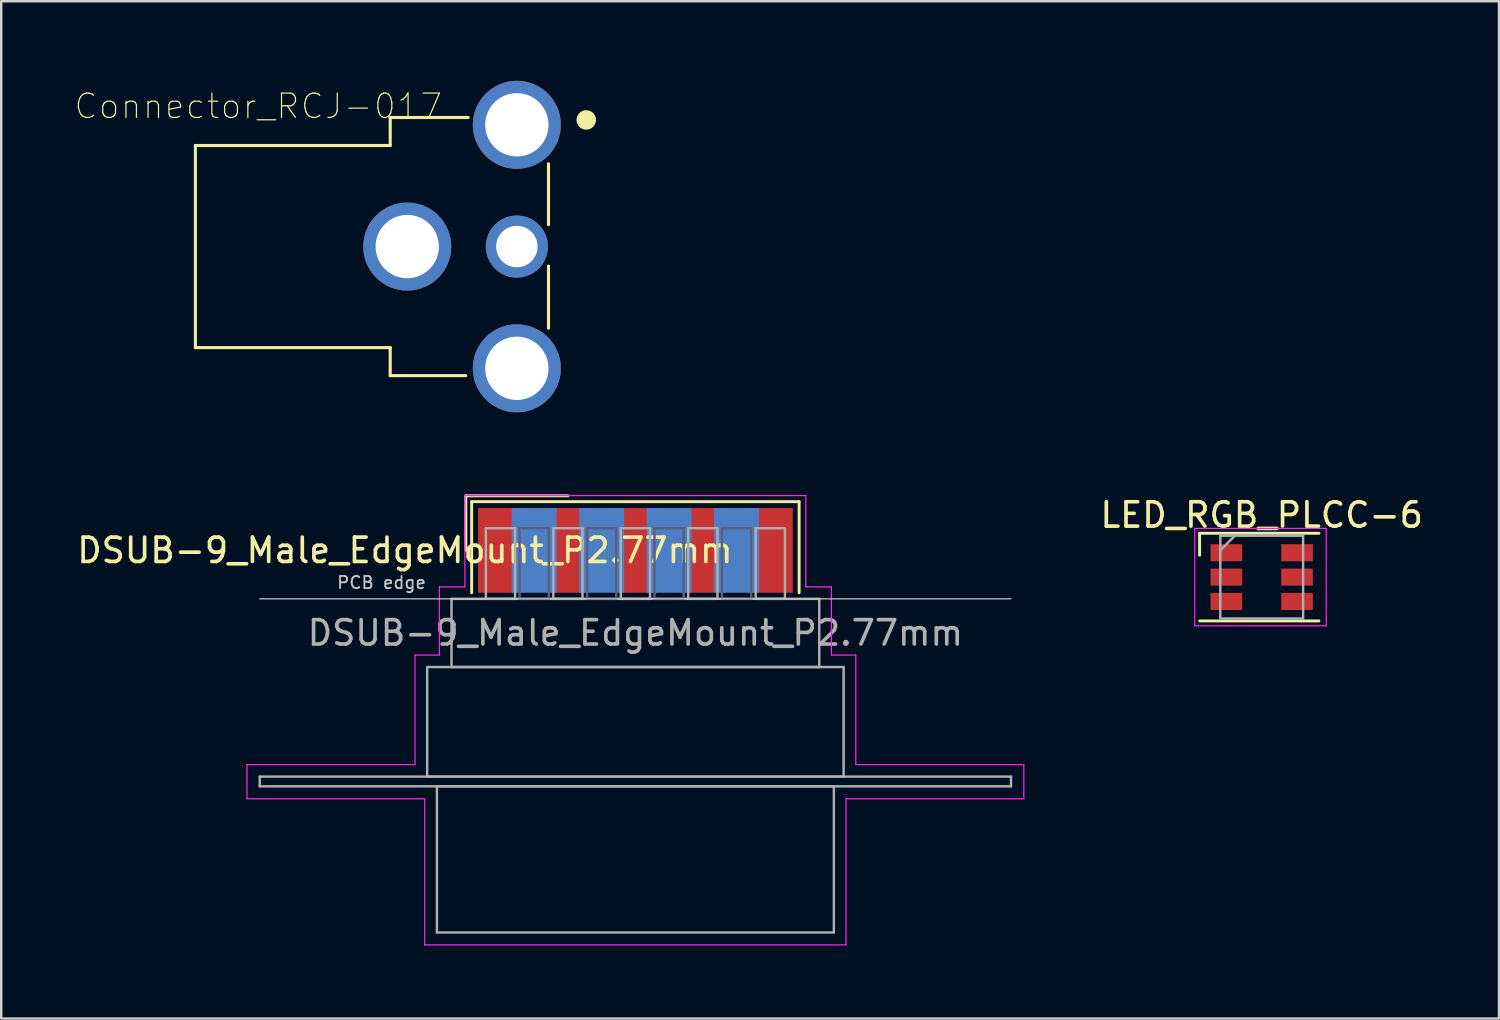
<source format=kicad_pcb>
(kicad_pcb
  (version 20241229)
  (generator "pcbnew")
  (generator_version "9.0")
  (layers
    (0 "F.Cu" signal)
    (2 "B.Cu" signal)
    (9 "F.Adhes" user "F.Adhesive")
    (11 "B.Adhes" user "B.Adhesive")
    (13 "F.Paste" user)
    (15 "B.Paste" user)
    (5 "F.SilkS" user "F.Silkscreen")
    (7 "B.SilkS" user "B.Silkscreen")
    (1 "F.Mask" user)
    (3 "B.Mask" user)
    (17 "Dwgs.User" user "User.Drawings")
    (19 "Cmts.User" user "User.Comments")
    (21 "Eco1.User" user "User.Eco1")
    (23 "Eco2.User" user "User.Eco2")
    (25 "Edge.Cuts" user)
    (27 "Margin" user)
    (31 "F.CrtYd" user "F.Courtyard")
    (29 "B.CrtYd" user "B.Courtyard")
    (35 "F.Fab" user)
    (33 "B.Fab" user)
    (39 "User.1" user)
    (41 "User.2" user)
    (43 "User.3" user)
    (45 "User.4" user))
  (footprint "DSUB-9_Male_EdgeMount_P2.77mm"
    (layer "F.Cu")
    (at 23.041 19.55)
    (property "Reference" "DSUB-9_Male_EdgeMount_P2.77mm" (at -9.463 0 0) (layer "F.SilkS") (effects (font (size 1 1) (thickness 0.15))))
    (attr smd)
    (fp_line (start -6.963 -2.24) (end -2.77 -2.24) (stroke (width 0.12) (type solid)) (layer "F.SilkS"))
    (fp_line (start -6.963 0) (end -6.963 -2.24) (stroke (width 0.12) (type solid)) (layer "F.SilkS"))
    (fp_line (start -6.723 -2) (end -6.723 1.74) (stroke (width 0.12) (type solid)) (layer "F.SilkS"))
    (fp_line (start 6.723 -2) (end -6.723 -2) (stroke (width 0.12) (type solid)) (layer "F.SilkS"))
    (fp_line (start 6.723 1.74) (end 6.723 -2) (stroke (width 0.12) (type solid)) (layer "F.SilkS"))
    (fp_line (start -15.425 1.99) (end 15.425 1.99) (stroke (width 0.05) (type solid)) (layer "Dwgs.User"))
    (fp_line (start -15.95 8.8) (end -9.05 8.8) (stroke (width 0.05) (type solid)) (layer "F.CrtYd"))
    (fp_line (start -15.95 10.2) (end -15.95 8.8) (stroke (width 0.05) (type solid)) (layer "F.CrtYd"))
    (fp_line (start -9.05 4.3) (end -8.05 4.3) (stroke (width 0.05) (type solid)) (layer "F.CrtYd"))
    (fp_line (start -9.05 8.8) (end -9.05 4.3) (stroke (width 0.05) (type solid)) (layer "F.CrtYd"))
    (fp_line (start -8.65 10.2) (end -15.95 10.2) (stroke (width 0.05) (type solid)) (layer "F.CrtYd"))
    (fp_line (start -8.65 16.2) (end -8.65 10.2) (stroke (width 0.05) (type solid)) (layer "F.CrtYd"))
    (fp_line (start -8.05 1.5) (end -7 1.5) (stroke (width 0.05) (type solid)) (layer "F.CrtYd"))
    (fp_line (start -8.05 4.3) (end -8.05 1.5) (stroke (width 0.05) (type solid)) (layer "F.CrtYd"))
    (fp_line (start -7 -2.25) (end 7 -2.25) (stroke (width 0.05) (type solid)) (layer "F.CrtYd"))
    (fp_line (start -7 1.5) (end -7 -2.25) (stroke (width 0.05) (type solid)) (layer "F.CrtYd"))
    (fp_line (start 7 -2.25) (end 7 1.5) (stroke (width 0.05) (type solid)) (layer "F.CrtYd"))
    (fp_line (start 7 1.5) (end 8.05 1.5) (stroke (width 0.05) (type solid)) (layer "F.CrtYd"))
    (fp_line (start 8.05 1.5) (end 8.05 4.3) (stroke (width 0.05) (type solid)) (layer "F.CrtYd"))
    (fp_line (start 8.05 4.3) (end 9.05 4.3) (stroke (width 0.05) (type solid)) (layer "F.CrtYd"))
    (fp_line (start 8.65 10.2) (end 8.65 16.2) (stroke (width 0.05) (type solid)) (layer "F.CrtYd"))
    (fp_line (start 8.65 16.2) (end -8.65 16.2) (stroke (width 0.05) (type solid)) (layer "F.CrtYd"))
    (fp_line (start 9.05 4.3) (end 9.05 8.8) (stroke (width 0.05) (type solid)) (layer "F.CrtYd"))
    (fp_line (start 9.05 8.8) (end 15.95 8.8) (stroke (width 0.05) (type solid)) (layer "F.CrtYd"))
    (fp_line (start 15.95 8.8) (end 15.95 10.2) (stroke (width 0.05) (type solid)) (layer "F.CrtYd"))
    (fp_line (start 15.95 10.2) (end 8.65 10.2) (stroke (width 0.05) (type solid)) (layer "F.CrtYd"))
    (fp_line (start -4.755 -0.91) (end -4.755 1.99) (stroke (width 0.1) (type solid)) (layer "B.Fab"))
    (fp_line (start -4.755 1.99) (end -3.555 1.99) (stroke (width 0.1) (type solid)) (layer "B.Fab"))
    (fp_line (start -3.555 -0.91) (end -4.755 -0.91) (stroke (width 0.1) (type solid)) (layer "B.Fab"))
    (fp_line (start -3.555 1.99) (end -3.555 -0.91) (stroke (width 0.1) (type solid)) (layer "B.Fab"))
    (fp_line (start -1.985 -0.91) (end -1.985 1.99) (stroke (width 0.1) (type solid)) (layer "B.Fab"))
    (fp_line (start -1.985 1.99) (end -0.785 1.99) (stroke (width 0.1) (type solid)) (layer "B.Fab"))
    (fp_line (start -0.785 -0.91) (end -1.985 -0.91) (stroke (width 0.1) (type solid)) (layer "B.Fab"))
    (fp_line (start -0.785 1.99) (end -0.785 -0.91) (stroke (width 0.1) (type solid)) (layer "B.Fab"))
    (fp_line (start 0.785 -0.91) (end 0.785 1.99) (stroke (width 0.1) (type solid)) (layer "B.Fab"))
    (fp_line (start 0.785 1.99) (end 1.985 1.99) (stroke (width 0.1) (type solid)) (layer "B.Fab"))
    (fp_line (start 1.985 -0.91) (end 0.785 -0.91) (stroke (width 0.1) (type solid)) (layer "B.Fab"))
    (fp_line (start 1.985 1.99) (end 1.985 -0.91) (stroke (width 0.1) (type solid)) (layer "B.Fab"))
    (fp_line (start 3.555 -0.91) (end 3.555 1.99) (stroke (width 0.1) (type solid)) (layer "B.Fab"))
    (fp_line (start 3.555 1.99) (end 4.755 1.99) (stroke (width 0.1) (type solid)) (layer "B.Fab"))
    (fp_line (start 4.755 -0.91) (end 3.555 -0.91) (stroke (width 0.1) (type solid)) (layer "B.Fab"))
    (fp_line (start 4.755 1.99) (end 4.755 -0.91) (stroke (width 0.1) (type solid)) (layer "B.Fab"))
    (fp_line (start -15.425 9.29) (end -15.425 9.69) (stroke (width 0.1) (type solid)) (layer "F.Fab"))
    (fp_line (start -15.425 9.69) (end 15.425 9.69) (stroke (width 0.1) (type solid)) (layer "F.Fab"))
    (fp_line (start -8.55 4.79) (end -8.55 9.29) (stroke (width 0.1) (type solid)) (layer "F.Fab"))
    (fp_line (start -8.55 9.29) (end 8.55 9.29) (stroke (width 0.1) (type solid)) (layer "F.Fab"))
    (fp_line (start -8.15 9.69) (end -8.15 15.69) (stroke (width 0.1) (type solid)) (layer "F.Fab"))
    (fp_line (start -8.15 15.69) (end 8.15 15.69) (stroke (width 0.1) (type solid)) (layer "F.Fab"))
    (fp_line (start -7.55 1.99) (end -7.55 4.79) (stroke (width 0.1) (type solid)) (layer "F.Fab"))
    (fp_line (start -7.55 4.79) (end 7.55 4.79) (stroke (width 0.1) (type solid)) (layer "F.Fab"))
    (fp_line (start -6.14 -0.91) (end -6.14 1.99) (stroke (width 0.1) (type solid)) (layer "F.Fab"))
    (fp_line (start -6.14 1.99) (end -4.94 1.99) (stroke (width 0.1) (type solid)) (layer "F.Fab"))
    (fp_line (start -4.94 -0.91) (end -6.14 -0.91) (stroke (width 0.1) (type solid)) (layer "F.Fab"))
    (fp_line (start -4.94 1.99) (end -4.94 -0.91) (stroke (width 0.1) (type solid)) (layer "F.Fab"))
    (fp_line (start -3.37 -0.91) (end -3.37 1.99) (stroke (width 0.1) (type solid)) (layer "F.Fab"))
    (fp_line (start -3.37 1.99) (end -2.17 1.99) (stroke (width 0.1) (type solid)) (layer "F.Fab"))
    (fp_line (start -2.17 -0.91) (end -3.37 -0.91) (stroke (width 0.1) (type solid)) (layer "F.Fab"))
    (fp_line (start -2.17 1.99) (end -2.17 -0.91) (stroke (width 0.1) (type solid)) (layer "F.Fab"))
    (fp_line (start -0.6 -0.91) (end -0.6 1.99) (stroke (width 0.1) (type solid)) (layer "F.Fab"))
    (fp_line (start -0.6 1.99) (end 0.6 1.99) (stroke (width 0.1) (type solid)) (layer "F.Fab"))
    (fp_line (start 0.6 -0.91) (end -0.6 -0.91) (stroke (width 0.1) (type solid)) (layer "F.Fab"))
    (fp_line (start 0.6 1.99) (end 0.6 -0.91) (stroke (width 0.1) (type solid)) (layer "F.Fab"))
    (fp_line (start 2.17 -0.91) (end 2.17 1.99) (stroke (width 0.1) (type solid)) (layer "F.Fab"))
    (fp_line (start 2.17 1.99) (end 3.37 1.99) (stroke (width 0.1) (type solid)) (layer "F.Fab"))
    (fp_line (start 3.37 -0.91) (end 2.17 -0.91) (stroke (width 0.1) (type solid)) (layer "F.Fab"))
    (fp_line (start 3.37 1.99) (end 3.37 -0.91) (stroke (width 0.1) (type solid)) (layer "F.Fab"))
    (fp_line (start 4.94 -0.91) (end 4.94 1.99) (stroke (width 0.1) (type solid)) (layer "F.Fab"))
    (fp_line (start 4.94 1.99) (end 6.14 1.99) (stroke (width 0.1) (type solid)) (layer "F.Fab"))
    (fp_line (start 6.14 -0.91) (end 4.94 -0.91) (stroke (width 0.1) (type solid)) (layer "F.Fab"))
    (fp_line (start 6.14 1.99) (end 6.14 -0.91) (stroke (width 0.1) (type solid)) (layer "F.Fab"))
    (fp_line (start 7.55 1.99) (end -7.55 1.99) (stroke (width 0.1) (type solid)) (layer "F.Fab"))
    (fp_line (start 7.55 4.79) (end 7.55 1.99) (stroke (width 0.1) (type solid)) (layer "F.Fab"))
    (fp_line (start 8.15 9.69) (end -8.15 9.69) (stroke (width 0.1) (type solid)) (layer "F.Fab"))
    (fp_line (start 8.15 15.69) (end 8.15 9.69) (stroke (width 0.1) (type solid)) (layer "F.Fab"))
    (fp_line (start 8.55 4.79) (end -8.55 4.79) (stroke (width 0.1) (type solid)) (layer "F.Fab"))
    (fp_line (start 8.55 9.29) (end 8.55 4.79) (stroke (width 0.1) (type solid)) (layer "F.Fab"))
    (fp_line (start 15.425 9.29) (end -15.425 9.29) (stroke (width 0.1) (type solid)) (layer "F.Fab"))
    (fp_line (start 15.425 9.69) (end 15.425 9.29) (stroke (width 0.1) (type solid)) (layer "F.Fab"))
    (fp_text user "PCB edge" (at -10.425 1.323 0) (layer "Dwgs.User") (effects (font (size 0.5 0.5) (thickness 0.075))))
    (fp_text user "${REFERENCE}" (at 0 3.39 0) (layer "F.Fab") (effects (font (size 1 1) (thickness 0.15))))
    (pad "1" smd rect (at -5.54 0) (size 1.847 3.48) (layers "F.Cu" "F.Mask" "F.Paste"))
    (pad "2" smd rect (at -2.77 0) (size 1.847 3.48) (layers "F.Cu" "F.Mask" "F.Paste"))
    (pad "3" smd rect (at 0 0) (size 1.847 3.48) (layers "F.Cu" "F.Mask" "F.Paste"))
    (pad "4" smd rect (at 2.77 0) (size 1.847 3.48) (layers "F.Cu" "F.Mask" "F.Paste"))
    (pad "5" smd rect (at 5.54 0) (size 1.847 3.48) (layers "F.Cu" "F.Mask" "F.Paste"))
    (pad "6" smd rect (at -4.155 0) (size 1.847 3.48) (layers "B.Cu" "B.Mask" "B.Paste"))
    (pad "7" smd rect (at -1.385 0) (size 1.847 3.48) (layers "B.Cu" "B.Mask" "B.Paste"))
    (pad "8" smd rect (at 1.385 0) (size 1.847 3.48) (layers "B.Cu" "B.Mask" "B.Paste"))
    (pad "9" smd rect (at 4.155 0) (size 1.847 3.48) (layers "B.Cu" "B.Mask" "B.Paste")))
  (footprint "LED_RGB_PLCC-6"
    (layer "F.Cu")
    (at 48.76 20.648)
    (property "Reference" "LED_RGB_PLCC-6" (at 0 -2.55 180) (layer "F.SilkS") (effects (font (size 1 1) (thickness 0.15))))
    (attr smd)
    (fp_line (start -2.55 -1.8) (end -2.55 -0.9) (stroke (width 0.12) (type solid)) (layer "F.SilkS"))
    (fp_line (start -2.55 1.8) (end 2.35 1.8) (stroke (width 0.12) (type solid)) (layer "F.SilkS"))
    (fp_line (start 2.35 -1.8) (end -2.55 -1.8) (stroke (width 0.12) (type solid)) (layer "F.SilkS"))
    (fp_line (start -2.75 -2) (end -2.75 2) (stroke (width 0.05) (type solid)) (layer "F.CrtYd"))
    (fp_line (start -2.75 -2) (end 2.65 -2) (stroke (width 0.05) (type solid)) (layer "F.CrtYd"))
    (fp_line (start -2.75 2) (end 2.65 2) (stroke (width 0.05) (type solid)) (layer "F.CrtYd"))
    (fp_line (start 2.65 -2) (end 2.65 2) (stroke (width 0.05) (type solid)) (layer "F.CrtYd"))
    (fp_line (start -1.7 -1.7) (end -1.7 1.7) (stroke (width 0.1) (type solid)) (layer "F.Fab"))
    (fp_line (start -1.7 -1.1) (end -1.1 -1.7) (stroke (width 0.1) (type solid)) (layer "F.Fab"))
    (fp_line (start -1.7 1.7) (end 1.7 1.7) (stroke (width 0.1) (type solid)) (layer "F.Fab"))
    (fp_line (start 1.7 -1.7) (end -1.7 -1.7) (stroke (width 0.1) (type solid)) (layer "F.Fab"))
    (fp_line (start 1.7 1.7) (end 1.7 -1.7) (stroke (width 0.1) (type solid)) (layer "F.Fab"))
    (pad "1" smd rect (at -1.45 -1 90) (size 0.7 1.3) (layers "F.Cu" "F.Mask" "F.Paste"))
    (pad "2" smd rect (at -1.45 0 90) (size 0.7 1.3) (layers "F.Cu" "F.Mask" "F.Paste"))
    (pad "3" smd rect (at -1.45 1 90) (size 0.7 1.3) (layers "F.Cu" "F.Mask" "F.Paste"))
    (pad "4" smd rect (at 1.45 1 90) (size 0.7 1.3) (layers "F.Cu" "F.Mask" "F.Paste"))
    (pad "5" smd rect (at 1.45 0 90) (size 0.7 1.3) (layers "F.Cu" "F.Mask" "F.Paste"))
    (pad "6" smd rect (at 1.45 -1 90) (size 0.7 1.3) (layers "F.Cu" "F.Mask" "F.Paste")))
  (footprint "Connector_RCJ-017"
    (layer "F.Cu")
    (at 12.223 7.075)
    (property "Reference" "Connector_RCJ-017" (at -4.666 -5.763 0) (layer "F.SilkS") (effects (font (size 1.001 1.001) (thickness 0.05))))
    (attr through_hole)
    (fp_line (start -7.25 -4.15) (end -7.25 4.15) (stroke (width 0.127) (type solid)) (layer "F.SilkS"))
    (fp_line (start -7.25 4.15) (end 0.75 4.15) (stroke (width 0.127) (type solid)) (layer "F.SilkS"))
    (fp_line (start 0.75 -5.3) (end 0.75 -4.15) (stroke (width 0.127) (type solid)) (layer "F.SilkS"))
    (fp_line (start 0.75 -4.15) (end -7.25 -4.15) (stroke (width 0.127) (type solid)) (layer "F.SilkS"))
    (fp_line (start 0.75 4.15) (end 0.75 5.3) (stroke (width 0.127) (type solid)) (layer "F.SilkS"))
    (fp_line (start 0.75 5.3) (end 3.85 5.3) (stroke (width 0.127) (type solid)) (layer "F.SilkS"))
    (fp_line (start 3.95 -5.3) (end 0.75 -5.3) (stroke (width 0.127) (type solid)) (layer "F.SilkS"))
    (fp_line (start 7.25 -0.9) (end 7.25 -3.4) (stroke (width 0.127) (type solid)) (layer "F.SilkS"))
    (fp_line (start 7.25 3.35) (end 7.25 0.8) (stroke (width 0.127) (type solid)) (layer "F.SilkS"))
    (fp_circle (center 8.8 -5.2) (end 9 -5.2) (stroke (width 0.4) (type solid)) (fill no) (layer "F.SilkS"))
    (fp_line (start -7.5 -4.4) (end -7.5 4.4) (stroke (width 0.05) (type solid)) (layer "Eco1.User"))
    (fp_line (start -7.5 4.4) (end 0.5 4.4) (stroke (width 0.05) (type solid)) (layer "Eco1.User"))
    (fp_line (start 0.5 -5.75) (end 0.5 -4.4) (stroke (width 0.05) (type solid)) (layer "Eco1.User"))
    (fp_line (start 0.5 -4.4) (end -7.5 -4.4) (stroke (width 0.05) (type solid)) (layer "Eco1.User"))
    (fp_line (start 0.5 4.4) (end 0.5 5.55) (stroke (width 0.05) (type solid)) (layer "Eco1.User"))
    (fp_line (start 0.5 5.55) (end 3.9 5.55) (stroke (width 0.05) (type solid)) (layer "Eco1.User"))
    (fp_line (start 3.9 -7.05) (end 8.1 -7.05) (stroke (width 0.05) (type solid)) (layer "Eco1.User"))
    (fp_line (start 3.9 -5.75) (end 0.5 -5.75) (stroke (width 0.05) (type solid)) (layer "Eco1.User"))
    (fp_line (start 3.9 -5.75) (end 3.9 -7.05) (stroke (width 0.05) (type solid)) (layer "Eco1.User"))
    (fp_line (start 3.9 7.15) (end 3.9 5.55) (stroke (width 0.05) (type solid)) (layer "Eco1.User"))
    (fp_line (start 7.6 -3.65) (end 7.6 3.55) (stroke (width 0.05) (type solid)) (layer "Eco1.User"))
    (fp_line (start 7.6 3.55) (end 8.1 3.55) (stroke (width 0.05) (type solid)) (layer "Eco1.User"))
    (fp_line (start 8.1 -7.05) (end 8.1 -3.65) (stroke (width 0.05) (type solid)) (layer "Eco1.User"))
    (fp_line (start 8.1 -3.65) (end 7.6 -3.65) (stroke (width 0.05) (type solid)) (layer "Eco1.User"))
    (fp_line (start 8.1 7.15) (end 3.9 7.15) (stroke (width 0.05) (type solid)) (layer "Eco1.User"))
    (fp_line (start 8.1 7.15) (end 8.1 3.55) (stroke (width 0.05) (type solid)) (layer "Eco1.User"))
    (fp_line (start -7.25 -4.15) (end -7.25 4.15) (stroke (width 0.127) (type solid)) (layer "Eco2.User"))
    (fp_line (start -7.25 4.15) (end 0.75 4.15) (stroke (width 0.127) (type solid)) (layer "Eco2.User"))
    (fp_line (start 0.75 -5.3) (end 0.75 -4.15) (stroke (width 0.127) (type solid)) (layer "Eco2.User"))
    (fp_line (start 0.75 -4.15) (end -7.25 -4.15) (stroke (width 0.127) (type solid)) (layer "Eco2.User"))
    (fp_line (start 0.75 4.15) (end 0.75 5.3) (stroke (width 0.127) (type solid)) (layer "Eco2.User"))
    (fp_line (start 0.75 5.3) (end 7.25 5.3) (stroke (width 0.127) (type solid)) (layer "Eco2.User"))
    (fp_line (start 7.25 -5.3) (end 0.75 -5.3) (stroke (width 0.127) (type solid)) (layer "Eco2.User"))
    (fp_line (start 7.25 5.3) (end 7.25 -5.3) (stroke (width 0.127) (type solid)) (layer "Eco2.User"))
    (pad "1A" thru_hole circle (at 5.95 -5) (size 3.616 3.616) (drill 2.6) (layers "*.Cu" "*.Mask"))
    (pad "1B" thru_hole circle (at 5.95 5) (size 3.616 3.616) (drill 2.6) (layers "*.Cu" "*.Mask"))
    (pad "1C" thru_hole circle (at 1.45 0) (size 3.616 3.616) (drill 2.6) (layers "*.Cu" "*.Mask"))
    (pad "2" thru_hole circle (at 5.95 0) (size 2.55 2.55) (drill 1.7) (layers "*.Cu" "*.Mask")))
  (gr_rect
    (start -3 -3)
    (end 58.504 38.775)
    (stroke (width 0.1) (type default))
    (fill no)
    (layer "Edge.Cuts")))
</source>
